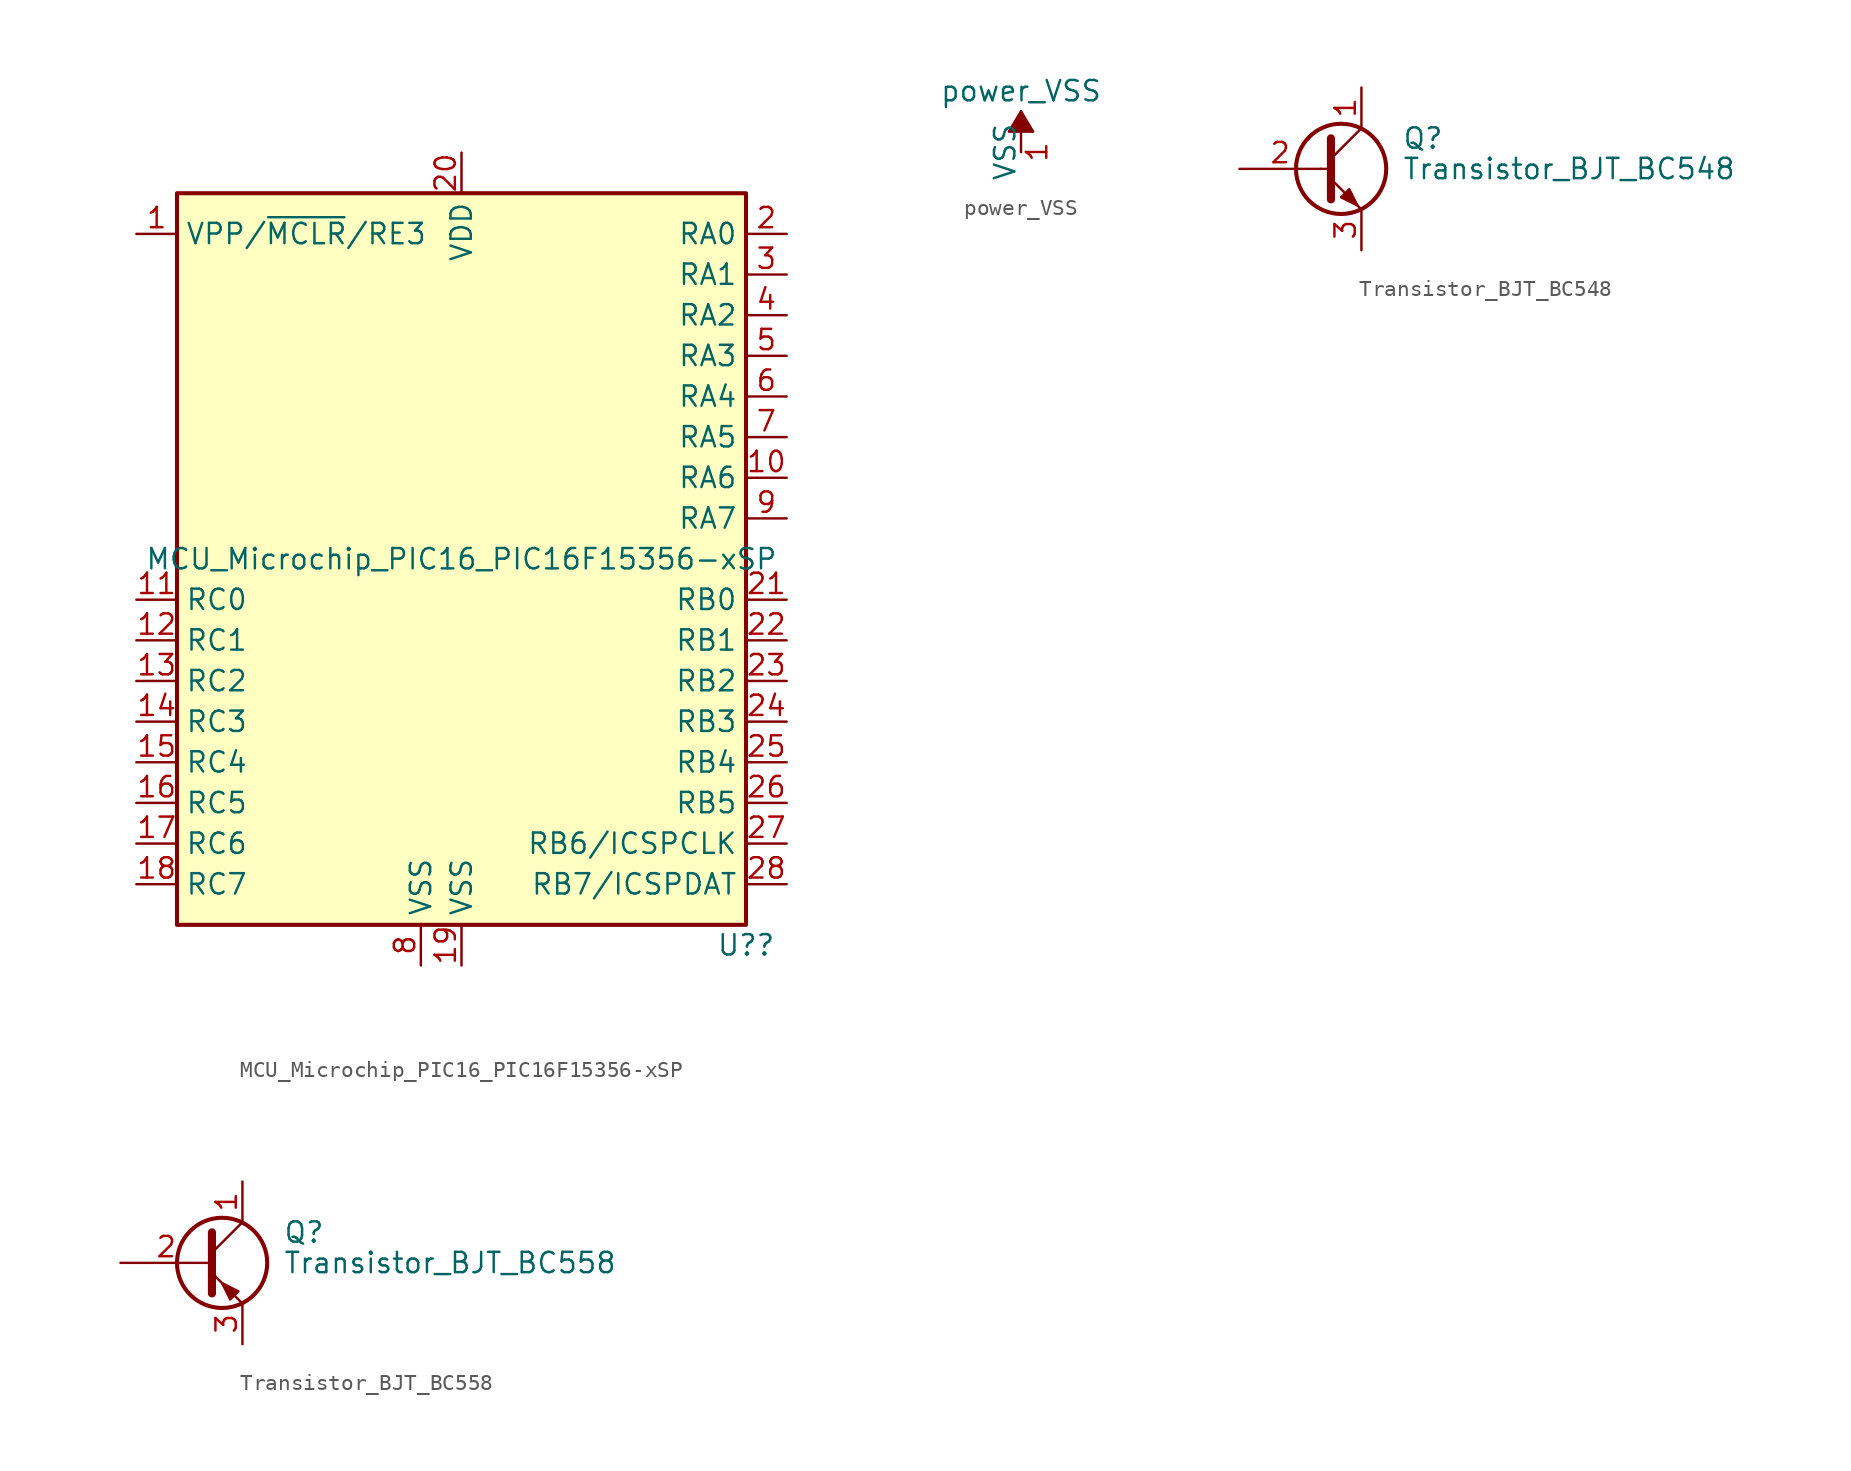
<source format=kicad_sym>
(kicad_symbol_lib
  (version 20241209)
  (generator "kicad_symbol_editor")
  (generator_version "9.0")
  (symbol "MCU_Microchip_PIC16_PIC16F15356-xSP"
    (property "Reference" "U?"
      (at 17.78 -24.13 0)
      (effects (font (size 1.27 1.27))))
    (property "Value" "MCU_Microchip_PIC16_PIC16F15356-xSP"
      (at 0 0 0)
      (effects (font (size 1.27 1.27))))
    (symbol "MCU_Microchip_PIC16_PIC16F15356-xSP_0_1"
      (rectangle (start 17.78 22.86) (end -17.78 -22.86) (stroke (width 0.254) (type solid)) (fill (type background))))
    (symbol "MCU_Microchip_PIC16_PIC16F15356-xSP_1_1"
      (pin bidirectional line (at -20.32 20.32 0) (length 2.54) (name "VPP/~{MCLR}/RE3" (effects (font (size 1.27 1.27)))) (number "1" (effects (font (size 1.27 1.27)))))
      (pin bidirectional line (at -20.32 -2.54 0) (length 2.54) (name "RC0" (effects (font (size 1.27 1.27)))) (number "11" (effects (font (size 1.27 1.27)))))
      (pin bidirectional line (at -20.32 -5.08 0) (length 2.54) (name "RC1" (effects (font (size 1.27 1.27)))) (number "12" (effects (font (size 1.27 1.27)))))
      (pin bidirectional line (at -20.32 -7.62 0) (length 2.54) (name "RC2" (effects (font (size 1.27 1.27)))) (number "13" (effects (font (size 1.27 1.27)))))
      (pin bidirectional line (at -20.32 -10.16 0) (length 2.54) (name "RC3" (effects (font (size 1.27 1.27)))) (number "14" (effects (font (size 1.27 1.27)))))
      (pin bidirectional line (at -20.32 -12.7 0) (length 2.54) (name "RC4" (effects (font (size 1.27 1.27)))) (number "15" (effects (font (size 1.27 1.27)))))
      (pin bidirectional line (at -20.32 -15.24 0) (length 2.54) (name "RC5" (effects (font (size 1.27 1.27)))) (number "16" (effects (font (size 1.27 1.27)))))
      (pin bidirectional line (at -20.32 -17.78 0) (length 2.54) (name "RC6" (effects (font (size 1.27 1.27)))) (number "17" (effects (font (size 1.27 1.27)))))
      (pin bidirectional line (at -20.32 -20.32 0) (length 2.54) (name "RC7" (effects (font (size 1.27 1.27)))) (number "18" (effects (font (size 1.27 1.27)))))
      (pin power_in line (at -2.54 -25.4 90) (length 2.54) (name "VSS" (effects (font (size 1.27 1.27)))) (number "8" (effects (font (size 1.27 1.27)))))
      (pin power_in line (at 0 25.4 270) (length 2.54) (name "VDD" (effects (font (size 1.27 1.27)))) (number "20" (effects (font (size 1.27 1.27)))))
      (pin power_in line (at 0 -25.4 90) (length 2.54) (name "VSS" (effects (font (size 1.27 1.27)))) (number "19" (effects (font (size 1.27 1.27)))))
      (pin bidirectional line (at 20.32 20.32 180) (length 2.54) (name "RA0" (effects (font (size 1.27 1.27)))) (number "2" (effects (font (size 1.27 1.27)))))
      (pin bidirectional line (at 20.32 17.78 180) (length 2.54) (name "RA1" (effects (font (size 1.27 1.27)))) (number "3" (effects (font (size 1.27 1.27)))))
      (pin bidirectional line (at 20.32 15.24 180) (length 2.54) (name "RA2" (effects (font (size 1.27 1.27)))) (number "4" (effects (font (size 1.27 1.27)))))
      (pin bidirectional line (at 20.32 12.7 180) (length 2.54) (name "RA3" (effects (font (size 1.27 1.27)))) (number "5" (effects (font (size 1.27 1.27)))))
      (pin bidirectional line (at 20.32 10.16 180) (length 2.54) (name "RA4" (effects (font (size 1.27 1.27)))) (number "6" (effects (font (size 1.27 1.27)))))
      (pin bidirectional line (at 20.32 7.62 180) (length 2.54) (name "RA5" (effects (font (size 1.27 1.27)))) (number "7" (effects (font (size 1.27 1.27)))))
      (pin bidirectional line (at 20.32 5.08 180) (length 2.54) (name "RA6" (effects (font (size 1.27 1.27)))) (number "10" (effects (font (size 1.27 1.27)))))
      (pin bidirectional line (at 20.32 2.54 180) (length 2.54) (name "RA7" (effects (font (size 1.27 1.27)))) (number "9" (effects (font (size 1.27 1.27)))))
      (pin bidirectional line (at 20.32 -2.54 180) (length 2.54) (name "RB0" (effects (font (size 1.27 1.27)))) (number "21" (effects (font (size 1.27 1.27)))))
      (pin bidirectional line (at 20.32 -5.08 180) (length 2.54) (name "RB1" (effects (font (size 1.27 1.27)))) (number "22" (effects (font (size 1.27 1.27)))))
      (pin bidirectional line (at 20.32 -7.62 180) (length 2.54) (name "RB2" (effects (font (size 1.27 1.27)))) (number "23" (effects (font (size 1.27 1.27)))))
      (pin bidirectional line (at 20.32 -10.16 180) (length 2.54) (name "RB3" (effects (font (size 1.27 1.27)))) (number "24" (effects (font (size 1.27 1.27)))))
      (pin bidirectional line (at 20.32 -12.7 180) (length 2.54) (name "RB4" (effects (font (size 1.27 1.27)))) (number "25" (effects (font (size 1.27 1.27)))))
      (pin bidirectional line (at 20.32 -15.24 180) (length 2.54) (name "RB5" (effects (font (size 1.27 1.27)))) (number "26" (effects (font (size 1.27 1.27)))))
      (pin bidirectional line (at 20.32 -17.78 180) (length 2.54) (name "RB6/ICSPCLK" (effects (font (size 1.27 1.27)))) (number "27" (effects (font (size 1.27 1.27)))))
      (pin bidirectional line (at 20.32 -20.32 180) (length 2.54) (name "RB7/ICSPDAT" (effects (font (size 1.27 1.27)))) (number "28" (effects (font (size 1.27 1.27)))))))
  (symbol "power_VSS"
    (power)
    (pin_names
      (offset 0))
    (property "Reference" "#PWR"
      (at 0 -3.81 0)
      (effects (font (size 1.27 1.27)) (hide yes)))
    (property "Value" "power_VSS"
      (at 0 3.81 0)
      (effects (font (size 1.27 1.27))))
    (symbol "power_VSS_0_1"
      (polyline (pts (xy 0 0) (xy 0 2.54)) (stroke (width 0) (type solid)) (fill (type none)))
      (polyline (pts (xy 0.762 1.27) (xy -0.762 1.27) (xy 0 2.54) (xy 0.762 1.27)) (stroke (width 0) (type solid)) (fill (type outline))))
    (symbol "power_VSS_1_1"
      (pin power_in line (at 0 0 90) (length 0) (name "VSS" (effects (font (size 1.27 1.27)))) (number "1" (effects (font (size 1.27 1.27)))))))
  (symbol "Transistor_BJT_BC548"
    (pin_names
      (offset 0)
      (hide yes))
    (property "Reference" "Q"
      (at 5.08 1.905 0)
      (effects (font (size 1.27 1.27)) (justify left)))
    (property "Value" "Transistor_BJT_BC548"
      (at 5.08 0 0)
      (effects (font (size 1.27 1.27)) (justify left)))
    (symbol "Transistor_BJT_BC548_0_1"
      (polyline (pts (xy 0 0) (xy 0.635 0)) (stroke (width 0) (type solid)) (fill (type none)))
      (polyline (pts (xy 0.635 1.905) (xy 0.635 -1.905) (xy 0.635 -1.905)) (stroke (width 0.508) (type solid)) (fill (type none)))
      (polyline (pts (xy 0.635 0.635) (xy 2.54 2.54)) (stroke (width 0) (type solid)) (fill (type none)))
      (polyline (pts (xy 0.635 -0.635) (xy 2.54 -2.54) (xy 2.54 -2.54)) (stroke (width 0) (type solid)) (fill (type none)))
      (circle (center 1.27 0) (radius 2.819) (stroke (width 0.254) (type solid)) (fill (type none)))
      (polyline (pts (xy 1.27 -1.778) (xy 1.778 -1.27) (xy 2.286 -2.286) (xy 1.27 -1.778) (xy 1.27 -1.778)) (stroke (width 0) (type solid)) (fill (type outline))))
    (symbol "Transistor_BJT_BC548_1_1"
      (pin input line (at -5.08 0 0) (length 5.08) (name "B" (effects (font (size 1.27 1.27)))) (number "2" (effects (font (size 1.27 1.27)))))
      (pin passive line (at 2.54 5.08 270) (length 2.54) (name "C" (effects (font (size 1.27 1.27)))) (number "1" (effects (font (size 1.27 1.27)))))
      (pin passive line (at 2.54 -5.08 90) (length 2.54) (name "E" (effects (font (size 1.27 1.27)))) (number "3" (effects (font (size 1.27 1.27)))))))
  (symbol "Transistor_BJT_BC558"
    (pin_names
      (offset 0)
      (hide yes))
    (property "Reference" "Q"
      (at 5.08 1.905 0)
      (effects (font (size 1.27 1.27)) (justify left)))
    (property "Value" "Transistor_BJT_BC558"
      (at 5.08 0 0)
      (effects (font (size 1.27 1.27)) (justify left)))
    (symbol "Transistor_BJT_BC558_0_1"
      (polyline (pts (xy 0.635 1.905) (xy 0.635 -1.905) (xy 0.635 -1.905)) (stroke (width 0.508) (type solid)) (fill (type none)))
      (polyline (pts (xy 0.635 0.635) (xy 2.54 2.54)) (stroke (width 0) (type solid)) (fill (type none)))
      (polyline (pts (xy 0.635 -0.635) (xy 2.54 -2.54) (xy 2.54 -2.54)) (stroke (width 0) (type solid)) (fill (type none)))
      (circle (center 1.27 0) (radius 2.819) (stroke (width 0.254) (type solid)) (fill (type none)))
      (polyline (pts (xy 2.286 -1.778) (xy 1.778 -2.286) (xy 1.27 -1.27) (xy 2.286 -1.778) (xy 2.286 -1.778)) (stroke (width 0) (type solid)) (fill (type outline))))
    (symbol "Transistor_BJT_BC558_1_1"
      (pin input line (at -5.08 0 0) (length 5.715) (name "B" (effects (font (size 1.27 1.27)))) (number "2" (effects (font (size 1.27 1.27)))))
      (pin passive line (at 2.54 5.08 270) (length 2.54) (name "C" (effects (font (size 1.27 1.27)))) (number "1" (effects (font (size 1.27 1.27)))))
      (pin passive line (at 2.54 -5.08 90) (length 2.54) (name "E" (effects (font (size 1.27 1.27)))) (number "3" (effects (font (size 1.27 1.27))))))))
</source>
